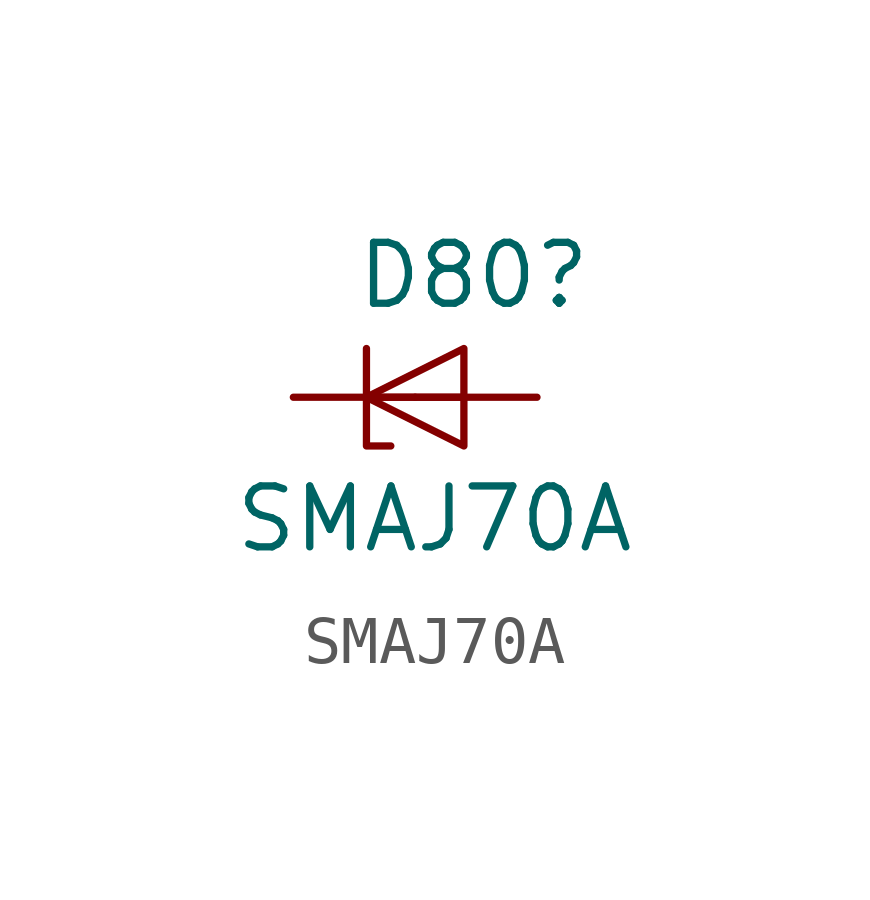
<source format=kicad_sym>
(kicad_symbol_lib
  (version 20220914)
  (generator kicad_symbol_editor)
  (symbol "SMAJ70A"
    (pin_numbers hide)
    (pin_names hide)
    (property "Reference" "D80"
      (at -1.27 2.54 0)
      (effects (font (size 1.27 1.27)) (justify left)))
    (property "Value" "SMAJ70A"
      (at -3.81 -2.54 0)
      (effects (font (size 1.27 1.27)) (justify left)))
    (symbol "SMAJ70A_0_1"
      (polyline (pts (xy -1.016 0) (xy 1.016 0)) (stroke (width 0) (type default)) (fill (type none)))
      (polyline (pts (xy -1.016 1.016) (xy -1.016 -1.016) (xy -0.508 -1.016)) (stroke (width 0) (type default)) (fill (type none)))
      (polyline (pts (xy 1.016 1.016) (xy -1.016 0) (xy 1.016 -1.016) (xy 1.016 1.016)) (stroke (width 0) (type default)) (fill (type none))))
    (symbol "SMAJ70A_1_1"
      (pin passive line (at -2.54 0 0) (length 2.54) (name "K1" (effects (font (size 1.27 1.27)))) (number "1" (effects (font (size 1.27 1.27)))))
      (pin passive line (at 2.54 0 180) (length 2.54) (name "A" (effects (font (size 1.27 1.27)))) (number "2" (effects (font (size 1.27 1.27))))))))
</source>
